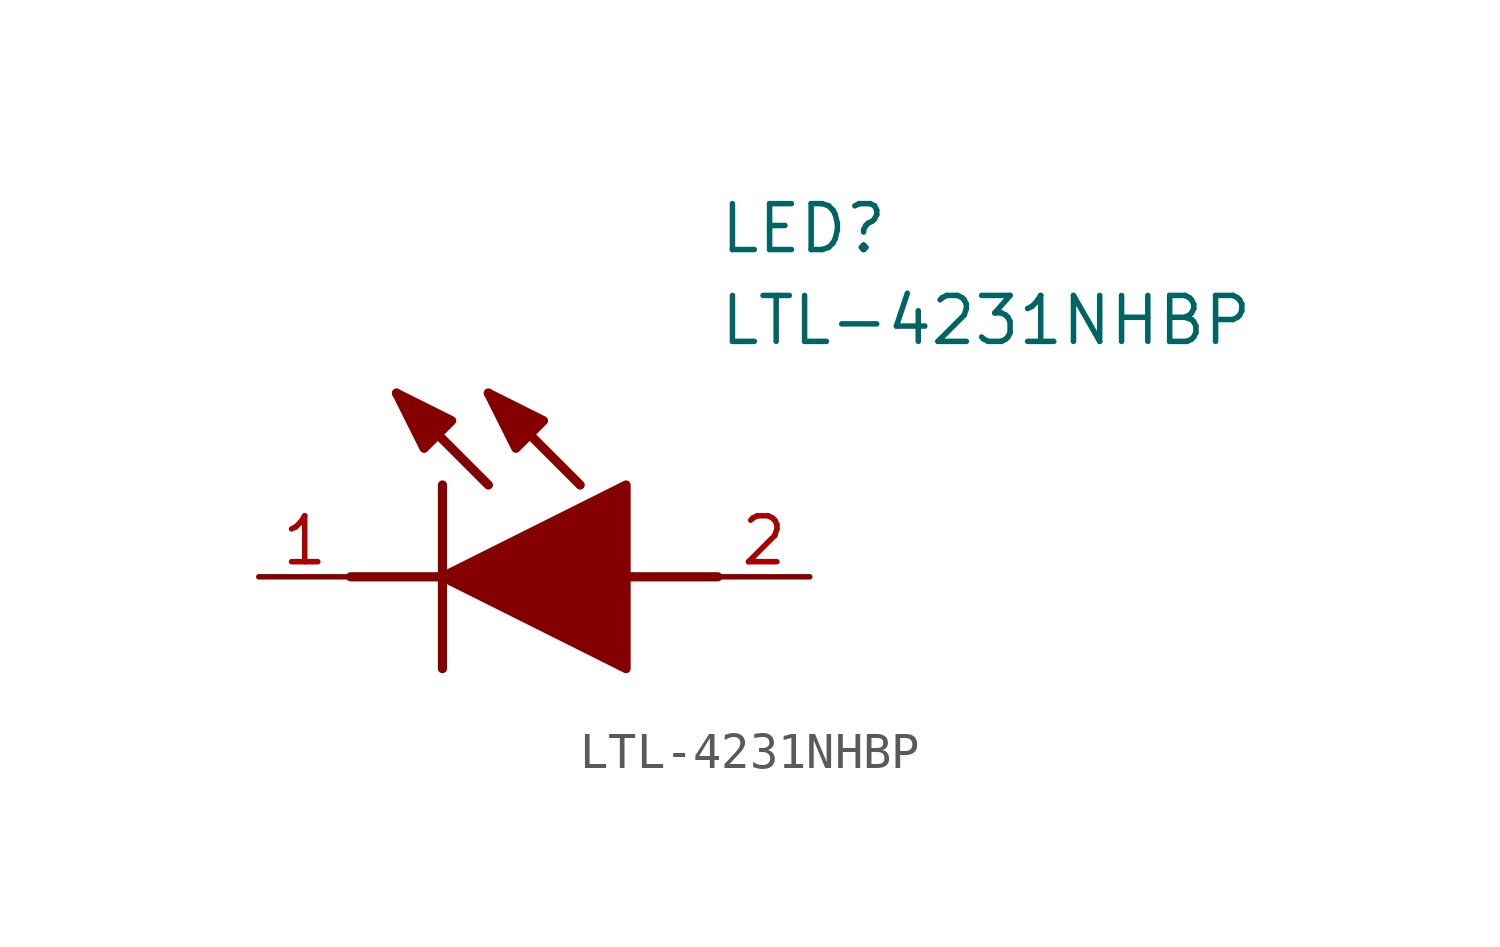
<source format=kicad_sym>
(kicad_symbol_lib
  (version 20211014)
  (generator SamacSys_ECAD_Model)
  (symbol "LTL-4231NHBP"
    (pin_names hide)
    (property "Reference" "LED"
      (at 12.7 8.89 0)
      (effects (font (size 1.27 1.27)) (justify left bottom)))
    (property "Value" "LTL-4231NHBP"
      (at 12.7 6.35 0)
      (effects (font (size 1.27 1.27)) (justify left bottom)))
    (polyline
      (pts (xy 5.08 2.54) (xy 5.08 -2.54))
      (stroke (width 0.254) (type default))
      (fill (type none)))
    (polyline
      (pts (xy 6.35 2.54) (xy 3.81 5.08))
      (stroke (width 0.254) (type default))
      (fill (type none)))
    (polyline
      (pts (xy 8.89 2.54) (xy 6.35 5.08))
      (stroke (width 0.254) (type default))
      (fill (type none)))
    (polyline
      (pts (xy 2.54 0) (xy 5.08 0))
      (stroke (width 0.254) (type default))
      (fill (type none)))
    (polyline
      (pts (xy 10.16 0) (xy 12.7 0))
      (stroke (width 0.254) (type default))
      (fill (type none)))
    (polyline
      (pts (xy 5.08 0) (xy 10.16 2.54) (xy 10.16 -2.54) (xy 5.08 0))
      (stroke (width 0.254) (type default))
      (fill (type outline)))
    (polyline
      (pts (xy 5.334 4.318) (xy 4.572 3.556) (xy 3.81 5.08) (xy 5.334 4.318))
      (stroke (width 0.254) (type default))
      (fill (type outline)))
    (polyline
      (pts (xy 7.874 4.318) (xy 7.112 3.556) (xy 6.35 5.08) (xy 7.874 4.318))
      (stroke (width 0.254) (type default))
      (fill (type outline)))
    (pin passive line
      (at 0 0 0)
      (length 2.54)
      (name "K" (effects (font (size 1.27 1.27))))
      (number "1" (effects (font (size 1.27 1.27)))))
    (pin passive line
      (at 15.24 0 180)
      (length 2.54)
      (name "A" (effects (font (size 1.27 1.27))))
      (number "2" (effects (font (size 1.27 1.27)))))))
</source>
